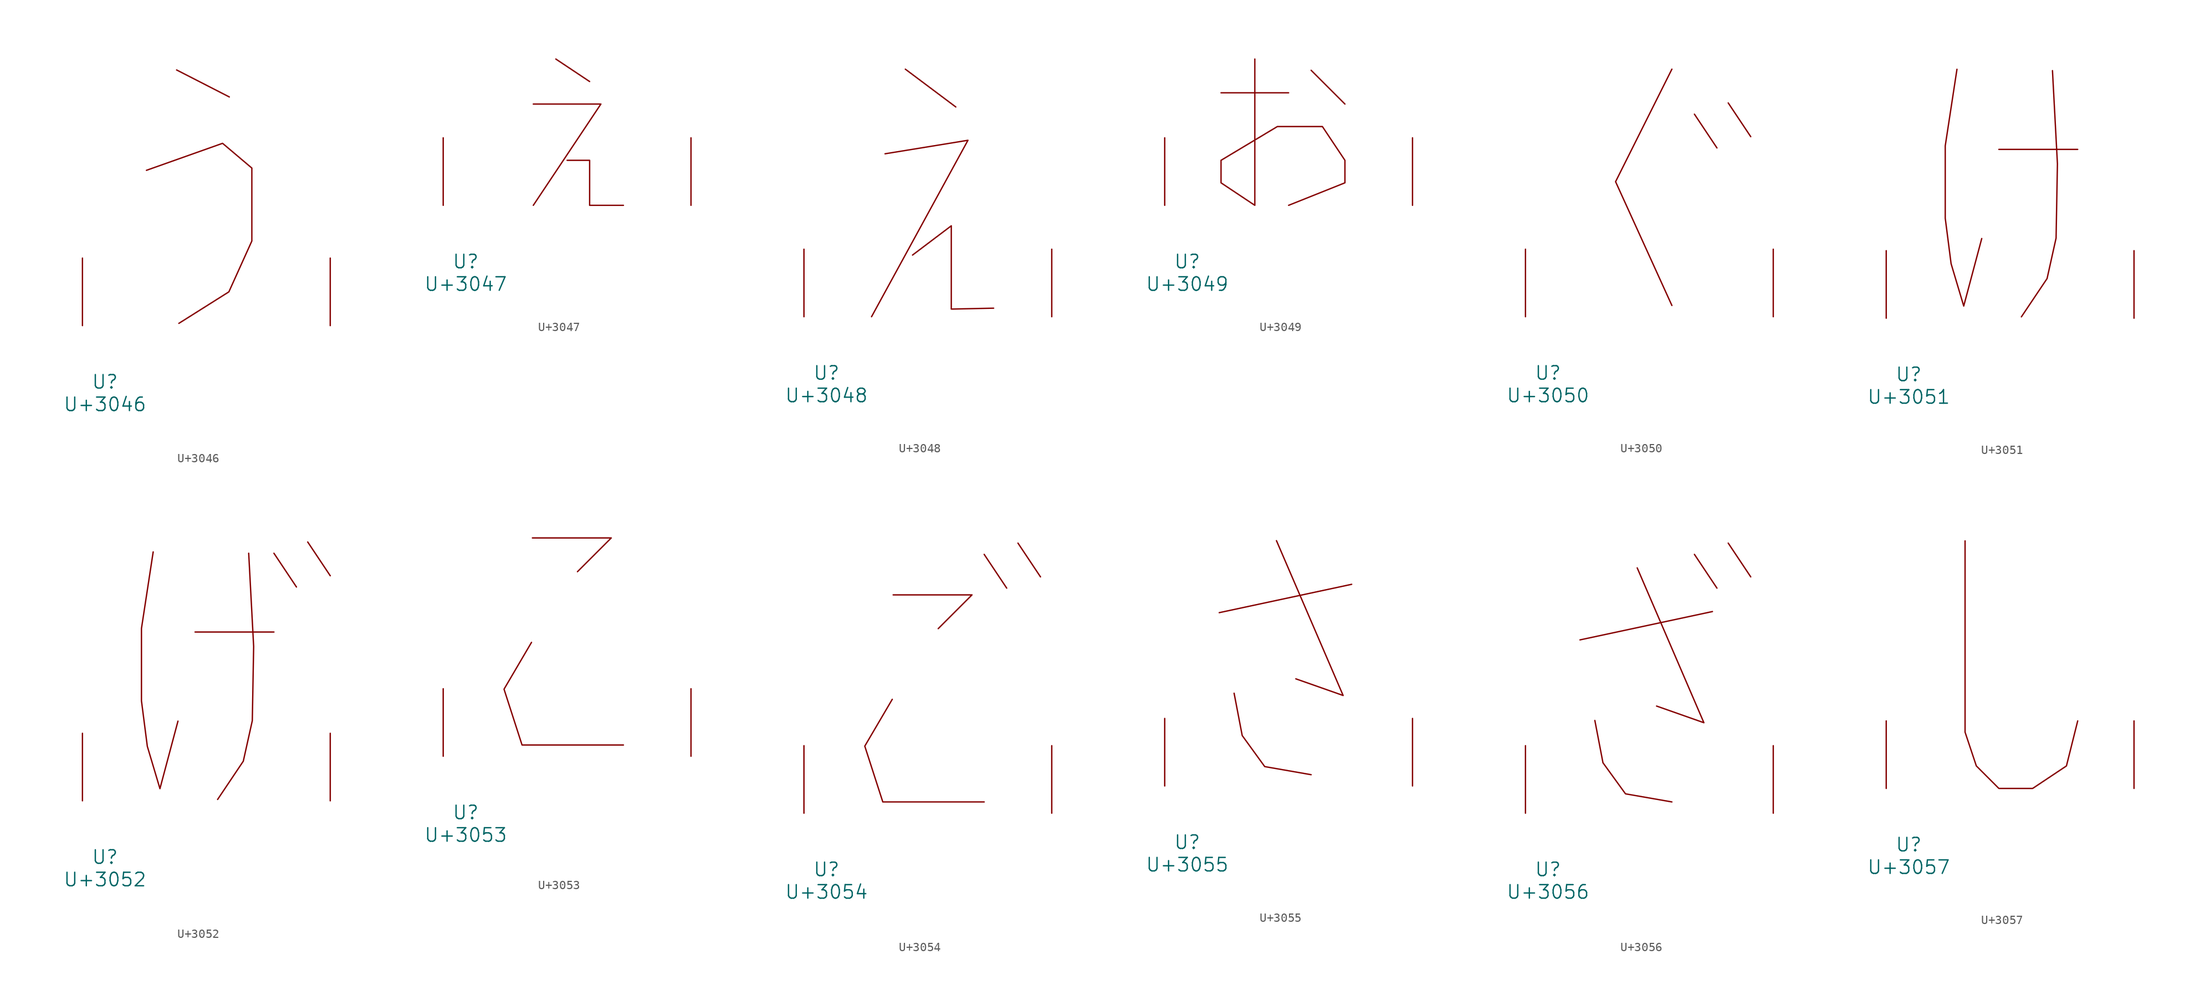
<source format=kicad_sym>
(kicad_symbol_lib
  (version 20231120)
  (generator "kicad_symbol_editor")
  (generator_version "8.0")
  (symbol "U+3046"
    (pin_names
      (offset 1.016))
    (property "Reference" "U"
      (at 0 -6.35 0)
      (effects (font (size 1.524 1.524))))
    (property "Value" "U+3046"
      (at 0 -8.89 0)
      (effects (font (size 1.524 1.524))))
    (symbol "U+3046_0_1"
      (polyline (pts (xy 8.077 28.854) (xy 14.021 25.806)) (stroke (width 0) (type solid)) (fill (type none)))
      (polyline (pts (xy 4.674 17.526) (xy 13.259 20.574) (xy 16.561 17.78) (xy 16.561 9.55) (xy 13.97 3.81) (xy 8.331 0.254)) (stroke (width 0) (type solid)) (fill (type none)))
      (pin input line (at -2.54 0 90) (length 7.62) (name "~" (effects (font (size 1.27 1.27)))) (number "~" (effects (font (size 1.27 1.27)))))
      (pin input line (at 25.4 0 90) (length 7.62) (name "~" (effects (font (size 1.27 1.27)))) (number "~" (effects (font (size 1.27 1.27)))))))
  (symbol "U+3047"
    (pin_names
      (offset 1.016))
    (property "Reference" "U"
      (at 0 -6.35 0)
      (effects (font (size 1.524 1.524))))
    (property "Value" "U+3047"
      (at 0 -8.89 0)
      (effects (font (size 1.524 1.524))))
    (symbol "U+3047_0_1"
      (polyline (pts (xy 10.16 16.51) (xy 13.97 13.97)) (stroke (width 0) (type solid)) (fill (type none)))
      (polyline (pts (xy 7.62 11.43) (xy 15.24 11.43) (xy 7.62 0)) (stroke (width 0) (type solid)) (fill (type none)))
      (polyline (pts (xy 11.43 5.08) (xy 13.97 5.08) (xy 13.97 0) (xy 17.78 0)) (stroke (width 0) (type solid)) (fill (type none)))
      (pin input line (at -2.54 0 90) (length 7.62) (name "~" (effects (font (size 1.27 1.27)))) (number "~" (effects (font (size 1.27 1.27)))))
      (pin input line (at 25.4 0 90) (length 7.62) (name "~" (effects (font (size 1.27 1.27)))) (number "~" (effects (font (size 1.27 1.27)))))))
  (symbol "U+3048"
    (pin_names
      (offset 1.016))
    (property "Reference" "U"
      (at 0 -6.35 0)
      (effects (font (size 1.524 1.524))))
    (property "Value" "U+3048"
      (at 0 -8.89 0)
      (effects (font (size 1.524 1.524))))
    (symbol "U+3048_0_1"
      (polyline (pts (xy 8.89 27.94) (xy 14.58 23.673)) (stroke (width 0) (type solid)) (fill (type none)))
      (polyline (pts (xy 6.604 18.39) (xy 15.951 19.914) (xy 5.08 0)) (stroke (width 0) (type solid)) (fill (type none)))
      (polyline (pts (xy 9.703 6.96) (xy 14.072 10.262) (xy 14.072 0.864) (xy 18.847 0.965)) (stroke (width 0) (type solid)) (fill (type none)))
      (pin input line (at -2.54 0 90) (length 7.62) (name "~" (effects (font (size 1.27 1.27)))) (number "~" (effects (font (size 1.27 1.27)))))
      (pin input line (at 25.4 0 90) (length 7.62) (name "~" (effects (font (size 1.27 1.27)))) (number "~" (effects (font (size 1.27 1.27)))))))
  (symbol "U+3049"
    (pin_names
      (offset 1.016))
    (property "Reference" "U"
      (at 0 -6.35 0)
      (effects (font (size 1.524 1.524))))
    (property "Value" "U+3049"
      (at 0 -8.89 0)
      (effects (font (size 1.524 1.524))))
    (symbol "U+3049_0_1"
      (polyline (pts (xy 3.81 12.7) (xy 11.43 12.7)) (stroke (width 0) (type solid)) (fill (type none)))
      (polyline (pts (xy 13.97 15.24) (xy 17.78 11.43)) (stroke (width 0) (type solid)) (fill (type none)))
      (polyline (pts (xy 7.62 16.51) (xy 7.62 0) (xy 3.81 2.54) (xy 3.81 5.08) (xy 10.16 8.89) (xy 15.24 8.89) (xy 17.78 5.08) (xy 17.78 2.54) (xy 11.43 0)) (stroke (width 0) (type solid)) (fill (type none)))
      (pin input line (at -2.54 0 90) (length 7.62) (name "~" (effects (font (size 1.27 1.27)))) (number "~" (effects (font (size 1.27 1.27)))))
      (pin input line (at 25.4 0 90) (length 7.62) (name "~" (effects (font (size 1.27 1.27)))) (number "~" (effects (font (size 1.27 1.27)))))))
  (symbol "U+3050"
    (pin_names
      (offset 1.016))
    (property "Reference" "U"
      (at 0 -6.35 0)
      (effects (font (size 1.524 1.524))))
    (property "Value" "U+3050"
      (at 0 -8.89 0)
      (effects (font (size 1.524 1.524))))
    (symbol "U+3050_0_1"
      (polyline (pts (xy 16.51 22.86) (xy 19.05 19.05)) (stroke (width 0) (type solid)) (fill (type none)))
      (polyline (pts (xy 20.32 24.13) (xy 22.86 20.32)) (stroke (width 0) (type solid)) (fill (type none)))
      (polyline (pts (xy 13.97 27.94) (xy 7.62 15.24) (xy 13.97 1.27)) (stroke (width 0) (type solid)) (fill (type none)))
      (pin input line (at -2.54 0 90) (length 7.62) (name "~" (effects (font (size 1.27 1.27)))) (number "~" (effects (font (size 1.27 1.27)))))
      (pin input line (at 25.4 0 90) (length 7.62) (name "~" (effects (font (size 1.27 1.27)))) (number "~" (effects (font (size 1.27 1.27)))))))
  (symbol "U+3051"
    (pin_names
      (offset 1.016))
    (property "Reference" "U"
      (at 0 -6.35 0)
      (effects (font (size 1.524 1.524))))
    (property "Value" "U+3051"
      (at 0 -8.89 0)
      (effects (font (size 1.524 1.524))))
    (symbol "U+3051_0_1"
      (polyline (pts (xy 10.16 19.05) (xy 19.05 19.05)) (stroke (width 0) (type solid)) (fill (type none)))
      (polyline (pts (xy 16.205 27.94) (xy 16.764 17.424) (xy 16.612 9.042) (xy 15.596 4.47) (xy 12.7 0.152)) (stroke (width 0) (type solid)) (fill (type none)))
      (polyline (pts (xy 5.436 28.092) (xy 4.115 19.456) (xy 4.115 11.278) (xy 4.775 6.147) (xy 6.198 1.372) (xy 8.23 8.992)) (stroke (width 0) (type solid)) (fill (type none)))
      (pin input line (at -2.54 0 90) (length 7.62) (name "~" (effects (font (size 1.27 1.27)))) (number "~" (effects (font (size 1.27 1.27)))))
      (pin input line (at 25.4 0 90) (length 7.62) (name "~" (effects (font (size 1.27 1.27)))) (number "~" (effects (font (size 1.27 1.27)))))))
  (symbol "U+3052"
    (pin_names
      (offset 1.016))
    (property "Reference" "U"
      (at 0 -6.35 0)
      (effects (font (size 1.524 1.524))))
    (property "Value" "U+3052"
      (at 0 -8.89 0)
      (effects (font (size 1.524 1.524))))
    (symbol "U+3052_0_1"
      (polyline (pts (xy 10.16 19.05) (xy 19.05 19.05)) (stroke (width 0) (type solid)) (fill (type none)))
      (polyline (pts (xy 19.05 27.94) (xy 21.59 24.13)) (stroke (width 0) (type solid)) (fill (type none)))
      (polyline (pts (xy 22.86 29.21) (xy 25.4 25.4)) (stroke (width 0) (type solid)) (fill (type none)))
      (polyline (pts (xy 16.205 27.94) (xy 16.764 17.424) (xy 16.612 9.042) (xy 15.596 4.47) (xy 12.7 0.152)) (stroke (width 0) (type solid)) (fill (type none)))
      (polyline (pts (xy 5.436 28.092) (xy 4.115 19.456) (xy 4.115 11.278) (xy 4.775 6.147) (xy 6.198 1.372) (xy 8.23 8.992)) (stroke (width 0) (type solid)) (fill (type none)))
      (pin input line (at -2.54 0 90) (length 7.62) (name "~" (effects (font (size 1.27 1.27)))) (number "~" (effects (font (size 1.27 1.27)))))
      (pin input line (at 25.4 0 90) (length 7.62) (name "~" (effects (font (size 1.27 1.27)))) (number "~" (effects (font (size 1.27 1.27)))))))
  (symbol "U+3053"
    (pin_names
      (offset 1.016))
    (property "Reference" "U"
      (at 0 -6.35 0)
      (effects (font (size 1.524 1.524))))
    (property "Value" "U+3053"
      (at 0 -8.89 0)
      (effects (font (size 1.524 1.524))))
    (symbol "U+3053_0_1"
      (polyline (pts (xy 7.518 24.638) (xy 16.408 24.638) (xy 12.598 20.828)) (stroke (width 0) (type solid)) (fill (type none)))
      (polyline (pts (xy 7.417 12.852) (xy 4.318 7.569) (xy 6.35 1.27) (xy 17.78 1.27)) (stroke (width 0) (type solid)) (fill (type none)))
      (pin input line (at -2.54 0 90) (length 7.62) (name "~" (effects (font (size 1.27 1.27)))) (number "~" (effects (font (size 1.27 1.27)))))
      (pin input line (at 25.4 0 90) (length 7.62) (name "~" (effects (font (size 1.27 1.27)))) (number "~" (effects (font (size 1.27 1.27)))))))
  (symbol "U+3054"
    (pin_names
      (offset 1.016))
    (property "Reference" "U"
      (at 0 -6.35 0)
      (effects (font (size 1.524 1.524))))
    (property "Value" "U+3054"
      (at 0 -8.89 0)
      (effects (font (size 1.524 1.524))))
    (symbol "U+3054_0_1"
      (polyline (pts (xy 17.78 29.21) (xy 20.32 25.4)) (stroke (width 0) (type solid)) (fill (type none)))
      (polyline (pts (xy 21.59 30.48) (xy 24.13 26.67)) (stroke (width 0) (type solid)) (fill (type none)))
      (polyline (pts (xy 7.518 24.638) (xy 16.408 24.638) (xy 12.598 20.828)) (stroke (width 0) (type solid)) (fill (type none)))
      (polyline (pts (xy 7.417 12.852) (xy 4.318 7.569) (xy 6.35 1.27) (xy 17.78 1.27)) (stroke (width 0) (type solid)) (fill (type none)))
      (pin input line (at -2.54 0 90) (length 7.62) (name "~" (effects (font (size 1.27 1.27)))) (number "~" (effects (font (size 1.27 1.27)))))
      (pin input line (at 25.4 0 90) (length 7.62) (name "~" (effects (font (size 1.27 1.27)))) (number "~" (effects (font (size 1.27 1.27)))))))
  (symbol "U+3055"
    (pin_names
      (offset 1.016))
    (property "Reference" "U"
      (at 0 -6.35 0)
      (effects (font (size 1.524 1.524))))
    (property "Value" "U+3055"
      (at 0 -8.89 0)
      (effects (font (size 1.524 1.524))))
    (symbol "U+3055_0_1"
      (polyline (pts (xy 3.607 19.558) (xy 18.542 22.758)) (stroke (width 0) (type solid)) (fill (type none)))
      (polyline (pts (xy 10.058 27.686) (xy 17.577 10.211) (xy 12.243 12.09)) (stroke (width 0) (type solid)) (fill (type none)))
      (polyline (pts (xy 5.283 10.465) (xy 6.198 5.69) (xy 8.738 2.184) (xy 13.97 1.27)) (stroke (width 0) (type solid)) (fill (type none)))
      (pin input line (at -2.54 0 90) (length 7.62) (name "~" (effects (font (size 1.27 1.27)))) (number "~" (effects (font (size 1.27 1.27)))))
      (pin input line (at 25.4 0 90) (length 7.62) (name "~" (effects (font (size 1.27 1.27)))) (number "~" (effects (font (size 1.27 1.27)))))))
  (symbol "U+3056"
    (pin_names
      (offset 1.016))
    (property "Reference" "U"
      (at 0 -6.35 0)
      (effects (font (size 1.524 1.524))))
    (property "Value" "U+3056"
      (at 0 -8.89 0)
      (effects (font (size 1.524 1.524))))
    (symbol "U+3056_0_1"
      (polyline (pts (xy 3.607 19.558) (xy 18.542 22.758)) (stroke (width 0) (type solid)) (fill (type none)))
      (polyline (pts (xy 16.51 29.21) (xy 19.05 25.4)) (stroke (width 0) (type solid)) (fill (type none)))
      (polyline (pts (xy 20.32 30.48) (xy 22.86 26.67)) (stroke (width 0) (type solid)) (fill (type none)))
      (polyline (pts (xy 10.058 27.686) (xy 17.577 10.211) (xy 12.243 12.09)) (stroke (width 0) (type solid)) (fill (type none)))
      (polyline (pts (xy 5.283 10.465) (xy 6.198 5.69) (xy 8.738 2.184) (xy 13.97 1.27)) (stroke (width 0) (type solid)) (fill (type none)))
      (pin input line (at -2.54 0 90) (length 7.62) (name "~" (effects (font (size 1.27 1.27)))) (number "~" (effects (font (size 1.27 1.27)))))
      (pin input line (at 25.4 0 90) (length 7.62) (name "~" (effects (font (size 1.27 1.27)))) (number "~" (effects (font (size 1.27 1.27)))))))
  (symbol "U+3057"
    (pin_names
      (offset 1.016))
    (property "Reference" "U"
      (at 0 -6.35 0)
      (effects (font (size 1.524 1.524))))
    (property "Value" "U+3057"
      (at 0 -8.89 0)
      (effects (font (size 1.524 1.524))))
    (symbol "U+3057_0_1"
      (polyline (pts (xy 6.35 27.94) (xy 6.35 6.35) (xy 7.62 2.54) (xy 10.16 0) (xy 13.97 0) (xy 17.78 2.54) (xy 19.05 7.62)) (stroke (width 0) (type solid)) (fill (type none)))
      (pin input line (at -2.54 0 90) (length 7.62) (name "~" (effects (font (size 1.27 1.27)))) (number "~" (effects (font (size 1.27 1.27)))))
      (pin input line (at 25.4 0 90) (length 7.62) (name "~" (effects (font (size 1.27 1.27)))) (number "~" (effects (font (size 1.27 1.27))))))))
</source>
